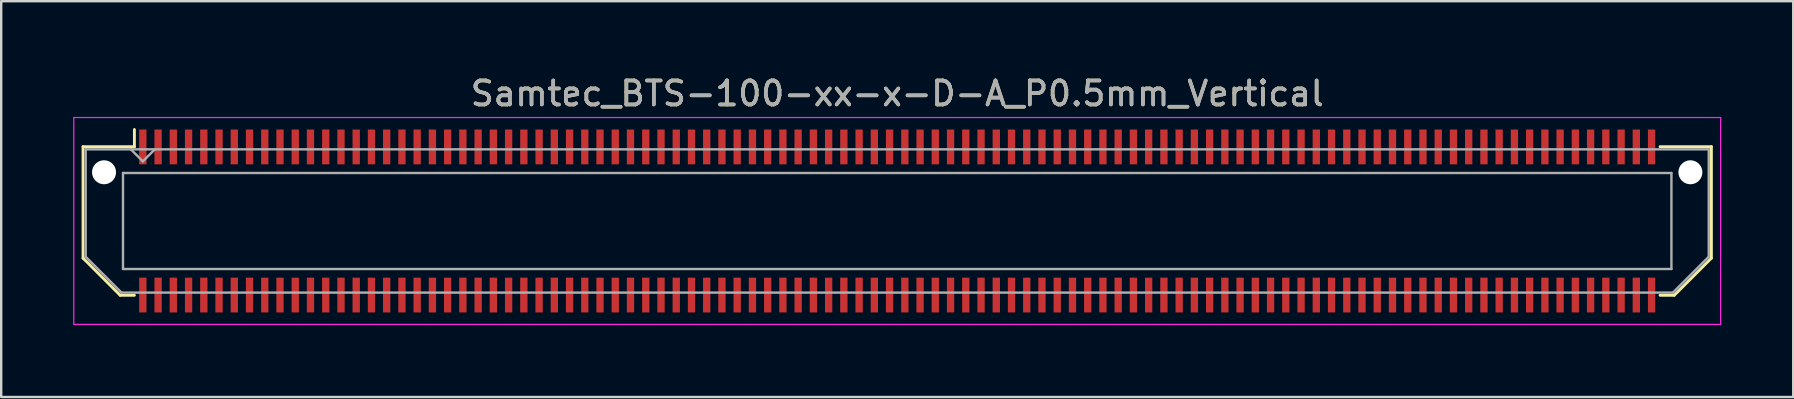
<source format=kicad_pcb>
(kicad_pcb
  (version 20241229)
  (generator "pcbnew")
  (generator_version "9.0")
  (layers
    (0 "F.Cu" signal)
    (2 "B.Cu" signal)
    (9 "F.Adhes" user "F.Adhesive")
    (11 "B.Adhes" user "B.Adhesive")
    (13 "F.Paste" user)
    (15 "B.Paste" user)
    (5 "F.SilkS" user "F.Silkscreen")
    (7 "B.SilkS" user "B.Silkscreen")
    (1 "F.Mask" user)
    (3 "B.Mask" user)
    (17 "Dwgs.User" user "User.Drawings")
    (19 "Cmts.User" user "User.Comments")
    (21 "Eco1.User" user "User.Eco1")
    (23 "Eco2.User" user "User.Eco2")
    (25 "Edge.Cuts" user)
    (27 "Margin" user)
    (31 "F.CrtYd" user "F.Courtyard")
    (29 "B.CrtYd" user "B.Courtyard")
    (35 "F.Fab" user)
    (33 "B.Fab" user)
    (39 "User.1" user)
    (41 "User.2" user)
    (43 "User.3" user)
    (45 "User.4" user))
  (footprint "Samtec_BTS-100-xx-x-D-A_P0.5mm_Vertical"
    (layer "F.Cu")
    (at 34.335 6.158)
    (property "Reference" "Samtec_BTS-100-xx-x-D-A_P0.5mm_Vertical" (at 0 -5.31 0) (layer "F.SilkS") (effects (font (size 1 1) (thickness 0.15))))
    (attr smd)
    (fp_line (start -33.925 -3.095) (end -33.925 1.548) (stroke (width 0.12) (type solid)) (layer "F.SilkS"))
    (fp_line (start -33.925 1.548) (end -32.377 3.095) (stroke (width 0.12) (type solid)) (layer "F.SilkS"))
    (fp_line (start -32.377 3.095) (end -31.785 3.095) (stroke (width 0.12) (type solid)) (layer "F.SilkS"))
    (fp_line (start -31.785 -3.811) (end -31.785 -3.095) (stroke (width 0.12) (type solid)) (layer "F.SilkS"))
    (fp_line (start -31.785 -3.095) (end -33.925 -3.095) (stroke (width 0.12) (type solid)) (layer "F.SilkS"))
    (fp_line (start 31.785 -3.095) (end 33.925 -3.095) (stroke (width 0.12) (type solid)) (layer "F.SilkS"))
    (fp_line (start 32.377 3.095) (end 31.785 3.095) (stroke (width 0.12) (type solid)) (layer "F.SilkS"))
    (fp_line (start 33.925 -3.095) (end 33.925 1.548) (stroke (width 0.12) (type solid)) (layer "F.SilkS"))
    (fp_line (start 33.925 1.548) (end 32.377 3.095) (stroke (width 0.12) (type solid)) (layer "F.SilkS"))
    (fp_line (start -34.31 -4.31) (end -34.31 4.31) (stroke (width 0.05) (type solid)) (layer "F.CrtYd"))
    (fp_line (start -34.31 4.31) (end 34.31 4.31) (stroke (width 0.05) (type solid)) (layer "F.CrtYd"))
    (fp_line (start 34.31 -4.31) (end -34.31 -4.31) (stroke (width 0.05) (type solid)) (layer "F.CrtYd"))
    (fp_line (start 34.31 4.31) (end 34.31 -4.31) (stroke (width 0.05) (type solid)) (layer "F.CrtYd"))
    (fp_line (start -33.815 -2.985) (end -33.815 1.492) (stroke (width 0.1) (type solid)) (layer "F.Fab"))
    (fp_line (start -33.815 -2.985) (end 33.815 -2.985) (stroke (width 0.1) (type solid)) (layer "F.Fab"))
    (fp_line (start -33.815 1.492) (end -32.322 2.985) (stroke (width 0.1) (type solid)) (layer "F.Fab"))
    (fp_line (start -32.322 2.985) (end 32.322 2.985) (stroke (width 0.1) (type solid)) (layer "F.Fab"))
    (fp_line (start -32.26 -2) (end -32.26 2) (stroke (width 0.1) (type solid)) (layer "F.Fab"))
    (fp_line (start -32.26 2) (end 32.26 2) (stroke (width 0.1) (type solid)) (layer "F.Fab"))
    (fp_line (start -31.433 -2.485) (end -31.933 -2.985) (stroke (width 0.1) (type solid)) (layer "F.Fab"))
    (fp_line (start -30.933 -2.985) (end -31.433 -2.485) (stroke (width 0.1) (type solid)) (layer "F.Fab"))
    (fp_line (start 32.26 -2) (end -32.26 -2) (stroke (width 0.1) (type solid)) (layer "F.Fab"))
    (fp_line (start 32.26 2) (end 32.26 -2) (stroke (width 0.1) (type solid)) (layer "F.Fab"))
    (fp_line (start 33.815 -2.985) (end 33.815 1.492) (stroke (width 0.1) (type solid)) (layer "F.Fab"))
    (fp_line (start 33.815 1.492) (end 32.322 2.985) (stroke (width 0.1) (type solid)) (layer "F.Fab"))
    (fp_text user "${REFERENCE}" (at 0 -5.31 0) (layer "F.Fab") (effects (font (size 1 1) (thickness 0.15))))
    (pad "" np_thru_hole circle (at -33.05 -2.03) (size 1 1) (drill 1) (layers "*.Cu" "*.Mask"))
    (pad "" np_thru_hole circle (at 33.05 -2.03) (size 1 1) (drill 1) (layers "*.Cu" "*.Mask"))
    (pad "1" smd rect (at -31.433 -3.086) (size 0.305 1.45) (layers "F.Cu" "F.Mask" "F.Paste"))
    (pad "2" smd rect (at -31.433 3.086) (size 0.305 1.45) (layers "F.Cu" "F.Mask" "F.Paste"))
    (pad "3" smd rect (at -30.797 -3.086) (size 0.305 1.45) (layers "F.Cu" "F.Mask" "F.Paste"))
    (pad "4" smd rect (at -30.797 3.086) (size 0.305 1.45) (layers "F.Cu" "F.Mask" "F.Paste"))
    (pad "5" smd rect (at -30.163 -3.086) (size 0.305 1.45) (layers "F.Cu" "F.Mask" "F.Paste"))
    (pad "6" smd rect (at -30.163 3.086) (size 0.305 1.45) (layers "F.Cu" "F.Mask" "F.Paste"))
    (pad "7" smd rect (at -29.527 -3.086) (size 0.305 1.45) (layers "F.Cu" "F.Mask" "F.Paste"))
    (pad "8" smd rect (at -29.527 3.086) (size 0.305 1.45) (layers "F.Cu" "F.Mask" "F.Paste"))
    (pad "9" smd rect (at -28.892 -3.086) (size 0.305 1.45) (layers "F.Cu" "F.Mask" "F.Paste"))
    (pad "10" smd rect (at -28.892 3.086) (size 0.305 1.45) (layers "F.Cu" "F.Mask" "F.Paste"))
    (pad "11" smd rect (at -28.258 -3.086) (size 0.305 1.45) (layers "F.Cu" "F.Mask" "F.Paste"))
    (pad "12" smd rect (at -28.258 3.086) (size 0.305 1.45) (layers "F.Cu" "F.Mask" "F.Paste"))
    (pad "13" smd rect (at -27.622 -3.086) (size 0.305 1.45) (layers "F.Cu" "F.Mask" "F.Paste"))
    (pad "14" smd rect (at -27.622 3.086) (size 0.305 1.45) (layers "F.Cu" "F.Mask" "F.Paste"))
    (pad "15" smd rect (at -26.988 -3.086) (size 0.305 1.45) (layers "F.Cu" "F.Mask" "F.Paste"))
    (pad "16" smd rect (at -26.988 3.086) (size 0.305 1.45) (layers "F.Cu" "F.Mask" "F.Paste"))
    (pad "17" smd rect (at -26.352 -3.086) (size 0.305 1.45) (layers "F.Cu" "F.Mask" "F.Paste"))
    (pad "18" smd rect (at -26.352 3.086) (size 0.305 1.45) (layers "F.Cu" "F.Mask" "F.Paste"))
    (pad "19" smd rect (at -25.718 -3.086) (size 0.305 1.45) (layers "F.Cu" "F.Mask" "F.Paste"))
    (pad "20" smd rect (at -25.718 3.086) (size 0.305 1.45) (layers "F.Cu" "F.Mask" "F.Paste"))
    (pad "21" smd rect (at -25.082 -3.086) (size 0.305 1.45) (layers "F.Cu" "F.Mask" "F.Paste"))
    (pad "22" smd rect (at -25.082 3.086) (size 0.305 1.45) (layers "F.Cu" "F.Mask" "F.Paste"))
    (pad "23" smd rect (at -24.448 -3.086) (size 0.305 1.45) (layers "F.Cu" "F.Mask" "F.Paste"))
    (pad "24" smd rect (at -24.448 3.086) (size 0.305 1.45) (layers "F.Cu" "F.Mask" "F.Paste"))
    (pad "25" smd rect (at -23.812 -3.086) (size 0.305 1.45) (layers "F.Cu" "F.Mask" "F.Paste"))
    (pad "26" smd rect (at -23.812 3.086) (size 0.305 1.45) (layers "F.Cu" "F.Mask" "F.Paste"))
    (pad "27" smd rect (at -23.177 -3.086) (size 0.305 1.45) (layers "F.Cu" "F.Mask" "F.Paste"))
    (pad "28" smd rect (at -23.177 3.086) (size 0.305 1.45) (layers "F.Cu" "F.Mask" "F.Paste"))
    (pad "29" smd rect (at -22.543 -3.086) (size 0.305 1.45) (layers "F.Cu" "F.Mask" "F.Paste"))
    (pad "30" smd rect (at -22.543 3.086) (size 0.305 1.45) (layers "F.Cu" "F.Mask" "F.Paste"))
    (pad "31" smd rect (at -21.907 -3.086) (size 0.305 1.45) (layers "F.Cu" "F.Mask" "F.Paste"))
    (pad "32" smd rect (at -21.907 3.086) (size 0.305 1.45) (layers "F.Cu" "F.Mask" "F.Paste"))
    (pad "33" smd rect (at -21.273 -3.086) (size 0.305 1.45) (layers "F.Cu" "F.Mask" "F.Paste"))
    (pad "34" smd rect (at -21.273 3.086) (size 0.305 1.45) (layers "F.Cu" "F.Mask" "F.Paste"))
    (pad "35" smd rect (at -20.637 -3.086) (size 0.305 1.45) (layers "F.Cu" "F.Mask" "F.Paste"))
    (pad "36" smd rect (at -20.637 3.086) (size 0.305 1.45) (layers "F.Cu" "F.Mask" "F.Paste"))
    (pad "37" smd rect (at -20.003 -3.086) (size 0.305 1.45) (layers "F.Cu" "F.Mask" "F.Paste"))
    (pad "38" smd rect (at -20.003 3.086) (size 0.305 1.45) (layers "F.Cu" "F.Mask" "F.Paste"))
    (pad "39" smd rect (at -19.367 -3.086) (size 0.305 1.45) (layers "F.Cu" "F.Mask" "F.Paste"))
    (pad "40" smd rect (at -19.367 3.086) (size 0.305 1.45) (layers "F.Cu" "F.Mask" "F.Paste"))
    (pad "41" smd rect (at -18.733 -3.086) (size 0.305 1.45) (layers "F.Cu" "F.Mask" "F.Paste"))
    (pad "42" smd rect (at -18.733 3.086) (size 0.305 1.45) (layers "F.Cu" "F.Mask" "F.Paste"))
    (pad "43" smd rect (at -18.098 -3.086) (size 0.305 1.45) (layers "F.Cu" "F.Mask" "F.Paste"))
    (pad "44" smd rect (at -18.098 3.086) (size 0.305 1.45) (layers "F.Cu" "F.Mask" "F.Paste"))
    (pad "45" smd rect (at -17.462 -3.086) (size 0.305 1.45) (layers "F.Cu" "F.Mask" "F.Paste"))
    (pad "46" smd rect (at -17.462 3.086) (size 0.305 1.45) (layers "F.Cu" "F.Mask" "F.Paste"))
    (pad "47" smd rect (at -16.828 -3.086) (size 0.305 1.45) (layers "F.Cu" "F.Mask" "F.Paste"))
    (pad "48" smd rect (at -16.828 3.086) (size 0.305 1.45) (layers "F.Cu" "F.Mask" "F.Paste"))
    (pad "49" smd rect (at -16.192 -3.086) (size 0.305 1.45) (layers "F.Cu" "F.Mask" "F.Paste"))
    (pad "50" smd rect (at -16.192 3.086) (size 0.305 1.45) (layers "F.Cu" "F.Mask" "F.Paste"))
    (pad "51" smd rect (at -15.557 -3.086) (size 0.305 1.45) (layers "F.Cu" "F.Mask" "F.Paste"))
    (pad "52" smd rect (at -15.557 3.086) (size 0.305 1.45) (layers "F.Cu" "F.Mask" "F.Paste"))
    (pad "53" smd rect (at -14.922 -3.086) (size 0.305 1.45) (layers "F.Cu" "F.Mask" "F.Paste"))
    (pad "54" smd rect (at -14.922 3.086) (size 0.305 1.45) (layers "F.Cu" "F.Mask" "F.Paste"))
    (pad "55" smd rect (at -14.287 -3.086) (size 0.305 1.45) (layers "F.Cu" "F.Mask" "F.Paste"))
    (pad "56" smd rect (at -14.287 3.086) (size 0.305 1.45) (layers "F.Cu" "F.Mask" "F.Paste"))
    (pad "57" smd rect (at -13.652 -3.086) (size 0.305 1.45) (layers "F.Cu" "F.Mask" "F.Paste"))
    (pad "58" smd rect (at -13.652 3.086) (size 0.305 1.45) (layers "F.Cu" "F.Mask" "F.Paste"))
    (pad "59" smd rect (at -13.018 -3.086) (size 0.305 1.45) (layers "F.Cu" "F.Mask" "F.Paste"))
    (pad "60" smd rect (at -13.018 3.086) (size 0.305 1.45) (layers "F.Cu" "F.Mask" "F.Paste"))
    (pad "61" smd rect (at -12.383 -3.086) (size 0.305 1.45) (layers "F.Cu" "F.Mask" "F.Paste"))
    (pad "62" smd rect (at -12.383 3.086) (size 0.305 1.45) (layers "F.Cu" "F.Mask" "F.Paste"))
    (pad "63" smd rect (at -11.748 -3.086) (size 0.305 1.45) (layers "F.Cu" "F.Mask" "F.Paste"))
    (pad "64" smd rect (at -11.748 3.086) (size 0.305 1.45) (layers "F.Cu" "F.Mask" "F.Paste"))
    (pad "65" smd rect (at -11.113 -3.086) (size 0.305 1.45) (layers "F.Cu" "F.Mask" "F.Paste"))
    (pad "66" smd rect (at -11.113 3.086) (size 0.305 1.45) (layers "F.Cu" "F.Mask" "F.Paste"))
    (pad "67" smd rect (at -10.477 -3.086) (size 0.305 1.45) (layers "F.Cu" "F.Mask" "F.Paste"))
    (pad "68" smd rect (at -10.477 3.086) (size 0.305 1.45) (layers "F.Cu" "F.Mask" "F.Paste"))
    (pad "69" smd rect (at -9.842 -3.086) (size 0.305 1.45) (layers "F.Cu" "F.Mask" "F.Paste"))
    (pad "70" smd rect (at -9.842 3.086) (size 0.305 1.45) (layers "F.Cu" "F.Mask" "F.Paste"))
    (pad "71" smd rect (at -9.207 -3.086) (size 0.305 1.45) (layers "F.Cu" "F.Mask" "F.Paste"))
    (pad "72" smd rect (at -9.207 3.086) (size 0.305 1.45) (layers "F.Cu" "F.Mask" "F.Paste"))
    (pad "73" smd rect (at -8.572 -3.086) (size 0.305 1.45) (layers "F.Cu" "F.Mask" "F.Paste"))
    (pad "74" smd rect (at -8.572 3.086) (size 0.305 1.45) (layers "F.Cu" "F.Mask" "F.Paste"))
    (pad "75" smd rect (at -7.938 -3.086) (size 0.305 1.45) (layers "F.Cu" "F.Mask" "F.Paste"))
    (pad "76" smd rect (at -7.938 3.086) (size 0.305 1.45) (layers "F.Cu" "F.Mask" "F.Paste"))
    (pad "77" smd rect (at -7.303 -3.086) (size 0.305 1.45) (layers "F.Cu" "F.Mask" "F.Paste"))
    (pad "78" smd rect (at -7.303 3.086) (size 0.305 1.45) (layers "F.Cu" "F.Mask" "F.Paste"))
    (pad "79" smd rect (at -6.668 -3.086) (size 0.305 1.45) (layers "F.Cu" "F.Mask" "F.Paste"))
    (pad "80" smd rect (at -6.668 3.086) (size 0.305 1.45) (layers "F.Cu" "F.Mask" "F.Paste"))
    (pad "81" smd rect (at -6.032 -3.086) (size 0.305 1.45) (layers "F.Cu" "F.Mask" "F.Paste"))
    (pad "82" smd rect (at -6.032 3.086) (size 0.305 1.45) (layers "F.Cu" "F.Mask" "F.Paste"))
    (pad "83" smd rect (at -5.397 -3.086) (size 0.305 1.45) (layers "F.Cu" "F.Mask" "F.Paste"))
    (pad "84" smd rect (at -5.397 3.086) (size 0.305 1.45) (layers "F.Cu" "F.Mask" "F.Paste"))
    (pad "85" smd rect (at -4.763 -3.086) (size 0.305 1.45) (layers "F.Cu" "F.Mask" "F.Paste"))
    (pad "86" smd rect (at -4.763 3.086) (size 0.305 1.45) (layers "F.Cu" "F.Mask" "F.Paste"))
    (pad "87" smd rect (at -4.128 -3.086) (size 0.305 1.45) (layers "F.Cu" "F.Mask" "F.Paste"))
    (pad "88" smd rect (at -4.128 3.086) (size 0.305 1.45) (layers "F.Cu" "F.Mask" "F.Paste"))
    (pad "89" smd rect (at -3.493 -3.086) (size 0.305 1.45) (layers "F.Cu" "F.Mask" "F.Paste"))
    (pad "90" smd rect (at -3.493 3.086) (size 0.305 1.45) (layers "F.Cu" "F.Mask" "F.Paste"))
    (pad "91" smd rect (at -2.857 -3.086) (size 0.305 1.45) (layers "F.Cu" "F.Mask" "F.Paste"))
    (pad "92" smd rect (at -2.857 3.086) (size 0.305 1.45) (layers "F.Cu" "F.Mask" "F.Paste"))
    (pad "93" smd rect (at -2.223 -3.086) (size 0.305 1.45) (layers "F.Cu" "F.Mask" "F.Paste"))
    (pad "94" smd rect (at -2.223 3.086) (size 0.305 1.45) (layers "F.Cu" "F.Mask" "F.Paste"))
    (pad "95" smd rect (at -1.587 -3.086) (size 0.305 1.45) (layers "F.Cu" "F.Mask" "F.Paste"))
    (pad "96" smd rect (at -1.587 3.086) (size 0.305 1.45) (layers "F.Cu" "F.Mask" "F.Paste"))
    (pad "97" smd rect (at -0.953 -3.086) (size 0.305 1.45) (layers "F.Cu" "F.Mask" "F.Paste"))
    (pad "98" smd rect (at -0.953 3.086) (size 0.305 1.45) (layers "F.Cu" "F.Mask" "F.Paste"))
    (pad "99" smd rect (at -0.318 -3.086) (size 0.305 1.45) (layers "F.Cu" "F.Mask" "F.Paste"))
    (pad "100" smd rect (at -0.318 3.086) (size 0.305 1.45) (layers "F.Cu" "F.Mask" "F.Paste"))
    (pad "101" smd rect (at 0.318 -3.086) (size 0.305 1.45) (layers "F.Cu" "F.Mask" "F.Paste"))
    (pad "102" smd rect (at 0.318 3.086) (size 0.305 1.45) (layers "F.Cu" "F.Mask" "F.Paste"))
    (pad "103" smd rect (at 0.953 -3.086) (size 0.305 1.45) (layers "F.Cu" "F.Mask" "F.Paste"))
    (pad "104" smd rect (at 0.953 3.086) (size 0.305 1.45) (layers "F.Cu" "F.Mask" "F.Paste"))
    (pad "105" smd rect (at 1.587 -3.086) (size 0.305 1.45) (layers "F.Cu" "F.Mask" "F.Paste"))
    (pad "106" smd rect (at 1.587 3.086) (size 0.305 1.45) (layers "F.Cu" "F.Mask" "F.Paste"))
    (pad "107" smd rect (at 2.223 -3.086) (size 0.305 1.45) (layers "F.Cu" "F.Mask" "F.Paste"))
    (pad "108" smd rect (at 2.223 3.086) (size 0.305 1.45) (layers "F.Cu" "F.Mask" "F.Paste"))
    (pad "109" smd rect (at 2.857 -3.086) (size 0.305 1.45) (layers "F.Cu" "F.Mask" "F.Paste"))
    (pad "110" smd rect (at 2.857 3.086) (size 0.305 1.45) (layers "F.Cu" "F.Mask" "F.Paste"))
    (pad "111" smd rect (at 3.493 -3.086) (size 0.305 1.45) (layers "F.Cu" "F.Mask" "F.Paste"))
    (pad "112" smd rect (at 3.493 3.086) (size 0.305 1.45) (layers "F.Cu" "F.Mask" "F.Paste"))
    (pad "113" smd rect (at 4.128 -3.086) (size 0.305 1.45) (layers "F.Cu" "F.Mask" "F.Paste"))
    (pad "114" smd rect (at 4.128 3.086) (size 0.305 1.45) (layers "F.Cu" "F.Mask" "F.Paste"))
    (pad "115" smd rect (at 4.763 -3.086) (size 0.305 1.45) (layers "F.Cu" "F.Mask" "F.Paste"))
    (pad "116" smd rect (at 4.763 3.086) (size 0.305 1.45) (layers "F.Cu" "F.Mask" "F.Paste"))
    (pad "117" smd rect (at 5.397 -3.086) (size 0.305 1.45) (layers "F.Cu" "F.Mask" "F.Paste"))
    (pad "118" smd rect (at 5.397 3.086) (size 0.305 1.45) (layers "F.Cu" "F.Mask" "F.Paste"))
    (pad "119" smd rect (at 6.032 -3.086) (size 0.305 1.45) (layers "F.Cu" "F.Mask" "F.Paste"))
    (pad "120" smd rect (at 6.032 3.086) (size 0.305 1.45) (layers "F.Cu" "F.Mask" "F.Paste"))
    (pad "121" smd rect (at 6.668 -3.086) (size 0.305 1.45) (layers "F.Cu" "F.Mask" "F.Paste"))
    (pad "122" smd rect (at 6.668 3.086) (size 0.305 1.45) (layers "F.Cu" "F.Mask" "F.Paste"))
    (pad "123" smd rect (at 7.303 -3.086) (size 0.305 1.45) (layers "F.Cu" "F.Mask" "F.Paste"))
    (pad "124" smd rect (at 7.303 3.086) (size 0.305 1.45) (layers "F.Cu" "F.Mask" "F.Paste"))
    (pad "125" smd rect (at 7.938 -3.086) (size 0.305 1.45) (layers "F.Cu" "F.Mask" "F.Paste"))
    (pad "126" smd rect (at 7.938 3.086) (size 0.305 1.45) (layers "F.Cu" "F.Mask" "F.Paste"))
    (pad "127" smd rect (at 8.572 -3.086) (size 0.305 1.45) (layers "F.Cu" "F.Mask" "F.Paste"))
    (pad "128" smd rect (at 8.572 3.086) (size 0.305 1.45) (layers "F.Cu" "F.Mask" "F.Paste"))
    (pad "129" smd rect (at 9.207 -3.086) (size 0.305 1.45) (layers "F.Cu" "F.Mask" "F.Paste"))
    (pad "130" smd rect (at 9.207 3.086) (size 0.305 1.45) (layers "F.Cu" "F.Mask" "F.Paste"))
    (pad "131" smd rect (at 9.842 -3.086) (size 0.305 1.45) (layers "F.Cu" "F.Mask" "F.Paste"))
    (pad "132" smd rect (at 9.842 3.086) (size 0.305 1.45) (layers "F.Cu" "F.Mask" "F.Paste"))
    (pad "133" smd rect (at 10.477 -3.086) (size 0.305 1.45) (layers "F.Cu" "F.Mask" "F.Paste"))
    (pad "134" smd rect (at 10.477 3.086) (size 0.305 1.45) (layers "F.Cu" "F.Mask" "F.Paste"))
    (pad "135" smd rect (at 11.113 -3.086) (size 0.305 1.45) (layers "F.Cu" "F.Mask" "F.Paste"))
    (pad "136" smd rect (at 11.113 3.086) (size 0.305 1.45) (layers "F.Cu" "F.Mask" "F.Paste"))
    (pad "137" smd rect (at 11.748 -3.086) (size 0.305 1.45) (layers "F.Cu" "F.Mask" "F.Paste"))
    (pad "138" smd rect (at 11.748 3.086) (size 0.305 1.45) (layers "F.Cu" "F.Mask" "F.Paste"))
    (pad "139" smd rect (at 12.383 -3.086) (size 0.305 1.45) (layers "F.Cu" "F.Mask" "F.Paste"))
    (pad "140" smd rect (at 12.383 3.086) (size 0.305 1.45) (layers "F.Cu" "F.Mask" "F.Paste"))
    (pad "141" smd rect (at 13.018 -3.086) (size 0.305 1.45) (layers "F.Cu" "F.Mask" "F.Paste"))
    (pad "142" smd rect (at 13.018 3.086) (size 0.305 1.45) (layers "F.Cu" "F.Mask" "F.Paste"))
    (pad "143" smd rect (at 13.652 -3.086) (size 0.305 1.45) (layers "F.Cu" "F.Mask" "F.Paste"))
    (pad "144" smd rect (at 13.652 3.086) (size 0.305 1.45) (layers "F.Cu" "F.Mask" "F.Paste"))
    (pad "145" smd rect (at 14.287 -3.086) (size 0.305 1.45) (layers "F.Cu" "F.Mask" "F.Paste"))
    (pad "146" smd rect (at 14.287 3.086) (size 0.305 1.45) (layers "F.Cu" "F.Mask" "F.Paste"))
    (pad "147" smd rect (at 14.922 -3.086) (size 0.305 1.45) (layers "F.Cu" "F.Mask" "F.Paste"))
    (pad "148" smd rect (at 14.922 3.086) (size 0.305 1.45) (layers "F.Cu" "F.Mask" "F.Paste"))
    (pad "149" smd rect (at 15.557 -3.086) (size 0.305 1.45) (layers "F.Cu" "F.Mask" "F.Paste"))
    (pad "150" smd rect (at 15.557 3.086) (size 0.305 1.45) (layers "F.Cu" "F.Mask" "F.Paste"))
    (pad "151" smd rect (at 16.192 -3.086) (size 0.305 1.45) (layers "F.Cu" "F.Mask" "F.Paste"))
    (pad "152" smd rect (at 16.192 3.086) (size 0.305 1.45) (layers "F.Cu" "F.Mask" "F.Paste"))
    (pad "153" smd rect (at 16.828 -3.086) (size 0.305 1.45) (layers "F.Cu" "F.Mask" "F.Paste"))
    (pad "154" smd rect (at 16.828 3.086) (size 0.305 1.45) (layers "F.Cu" "F.Mask" "F.Paste"))
    (pad "155" smd rect (at 17.462 -3.086) (size 0.305 1.45) (layers "F.Cu" "F.Mask" "F.Paste"))
    (pad "156" smd rect (at 17.462 3.086) (size 0.305 1.45) (layers "F.Cu" "F.Mask" "F.Paste"))
    (pad "157" smd rect (at 18.098 -3.086) (size 0.305 1.45) (layers "F.Cu" "F.Mask" "F.Paste"))
    (pad "158" smd rect (at 18.098 3.086) (size 0.305 1.45) (layers "F.Cu" "F.Mask" "F.Paste"))
    (pad "159" smd rect (at 18.733 -3.086) (size 0.305 1.45) (layers "F.Cu" "F.Mask" "F.Paste"))
    (pad "160" smd rect (at 18.733 3.086) (size 0.305 1.45) (layers "F.Cu" "F.Mask" "F.Paste"))
    (pad "161" smd rect (at 19.367 -3.086) (size 0.305 1.45) (layers "F.Cu" "F.Mask" "F.Paste"))
    (pad "162" smd rect (at 19.367 3.086) (size 0.305 1.45) (layers "F.Cu" "F.Mask" "F.Paste"))
    (pad "163" smd rect (at 20.003 -3.086) (size 0.305 1.45) (layers "F.Cu" "F.Mask" "F.Paste"))
    (pad "164" smd rect (at 20.003 3.086) (size 0.305 1.45) (layers "F.Cu" "F.Mask" "F.Paste"))
    (pad "165" smd rect (at 20.637 -3.086) (size 0.305 1.45) (layers "F.Cu" "F.Mask" "F.Paste"))
    (pad "166" smd rect (at 20.637 3.086) (size 0.305 1.45) (layers "F.Cu" "F.Mask" "F.Paste"))
    (pad "167" smd rect (at 21.273 -3.086) (size 0.305 1.45) (layers "F.Cu" "F.Mask" "F.Paste"))
    (pad "168" smd rect (at 21.273 3.086) (size 0.305 1.45) (layers "F.Cu" "F.Mask" "F.Paste"))
    (pad "169" smd rect (at 21.907 -3.086) (size 0.305 1.45) (layers "F.Cu" "F.Mask" "F.Paste"))
    (pad "170" smd rect (at 21.907 3.086) (size 0.305 1.45) (layers "F.Cu" "F.Mask" "F.Paste"))
    (pad "171" smd rect (at 22.543 -3.086) (size 0.305 1.45) (layers "F.Cu" "F.Mask" "F.Paste"))
    (pad "172" smd rect (at 22.543 3.086) (size 0.305 1.45) (layers "F.Cu" "F.Mask" "F.Paste"))
    (pad "173" smd rect (at 23.177 -3.086) (size 0.305 1.45) (layers "F.Cu" "F.Mask" "F.Paste"))
    (pad "174" smd rect (at 23.177 3.086) (size 0.305 1.45) (layers "F.Cu" "F.Mask" "F.Paste"))
    (pad "175" smd rect (at 23.812 -3.086) (size 0.305 1.45) (layers "F.Cu" "F.Mask" "F.Paste"))
    (pad "176" smd rect (at 23.812 3.086) (size 0.305 1.45) (layers "F.Cu" "F.Mask" "F.Paste"))
    (pad "177" smd rect (at 24.448 -3.086) (size 0.305 1.45) (layers "F.Cu" "F.Mask" "F.Paste"))
    (pad "178" smd rect (at 24.448 3.086) (size 0.305 1.45) (layers "F.Cu" "F.Mask" "F.Paste"))
    (pad "179" smd rect (at 25.082 -3.086) (size 0.305 1.45) (layers "F.Cu" "F.Mask" "F.Paste"))
    (pad "180" smd rect (at 25.082 3.086) (size 0.305 1.45) (layers "F.Cu" "F.Mask" "F.Paste"))
    (pad "181" smd rect (at 25.718 -3.086) (size 0.305 1.45) (layers "F.Cu" "F.Mask" "F.Paste"))
    (pad "182" smd rect (at 25.718 3.086) (size 0.305 1.45) (layers "F.Cu" "F.Mask" "F.Paste"))
    (pad "183" smd rect (at 26.352 -3.086) (size 0.305 1.45) (layers "F.Cu" "F.Mask" "F.Paste"))
    (pad "184" smd rect (at 26.352 3.086) (size 0.305 1.45) (layers "F.Cu" "F.Mask" "F.Paste"))
    (pad "185" smd rect (at 26.988 -3.086) (size 0.305 1.45) (layers "F.Cu" "F.Mask" "F.Paste"))
    (pad "186" smd rect (at 26.988 3.086) (size 0.305 1.45) (layers "F.Cu" "F.Mask" "F.Paste"))
    (pad "187" smd rect (at 27.622 -3.086) (size 0.305 1.45) (layers "F.Cu" "F.Mask" "F.Paste"))
    (pad "188" smd rect (at 27.622 3.086) (size 0.305 1.45) (layers "F.Cu" "F.Mask" "F.Paste"))
    (pad "189" smd rect (at 28.258 -3.086) (size 0.305 1.45) (layers "F.Cu" "F.Mask" "F.Paste"))
    (pad "190" smd rect (at 28.258 3.086) (size 0.305 1.45) (layers "F.Cu" "F.Mask" "F.Paste"))
    (pad "191" smd rect (at 28.892 -3.086) (size 0.305 1.45) (layers "F.Cu" "F.Mask" "F.Paste"))
    (pad "192" smd rect (at 28.892 3.086) (size 0.305 1.45) (layers "F.Cu" "F.Mask" "F.Paste"))
    (pad "193" smd rect (at 29.527 -3.086) (size 0.305 1.45) (layers "F.Cu" "F.Mask" "F.Paste"))
    (pad "194" smd rect (at 29.527 3.086) (size 0.305 1.45) (layers "F.Cu" "F.Mask" "F.Paste"))
    (pad "195" smd rect (at 30.163 -3.086) (size 0.305 1.45) (layers "F.Cu" "F.Mask" "F.Paste"))
    (pad "196" smd rect (at 30.163 3.086) (size 0.305 1.45) (layers "F.Cu" "F.Mask" "F.Paste"))
    (pad "197" smd rect (at 30.797 -3.086) (size 0.305 1.45) (layers "F.Cu" "F.Mask" "F.Paste"))
    (pad "198" smd rect (at 30.797 3.086) (size 0.305 1.45) (layers "F.Cu" "F.Mask" "F.Paste"))
    (pad "199" smd rect (at 31.433 -3.086) (size 0.305 1.45) (layers "F.Cu" "F.Mask" "F.Paste"))
    (pad "200" smd rect (at 31.433 3.086) (size 0.305 1.45) (layers "F.Cu" "F.Mask" "F.Paste")))
  (gr_rect
    (start -3 -3)
    (end 71.67 13.493)
    (stroke (width 0.1) (type default))
    (fill no)
    (layer "Edge.Cuts")))
</source>
